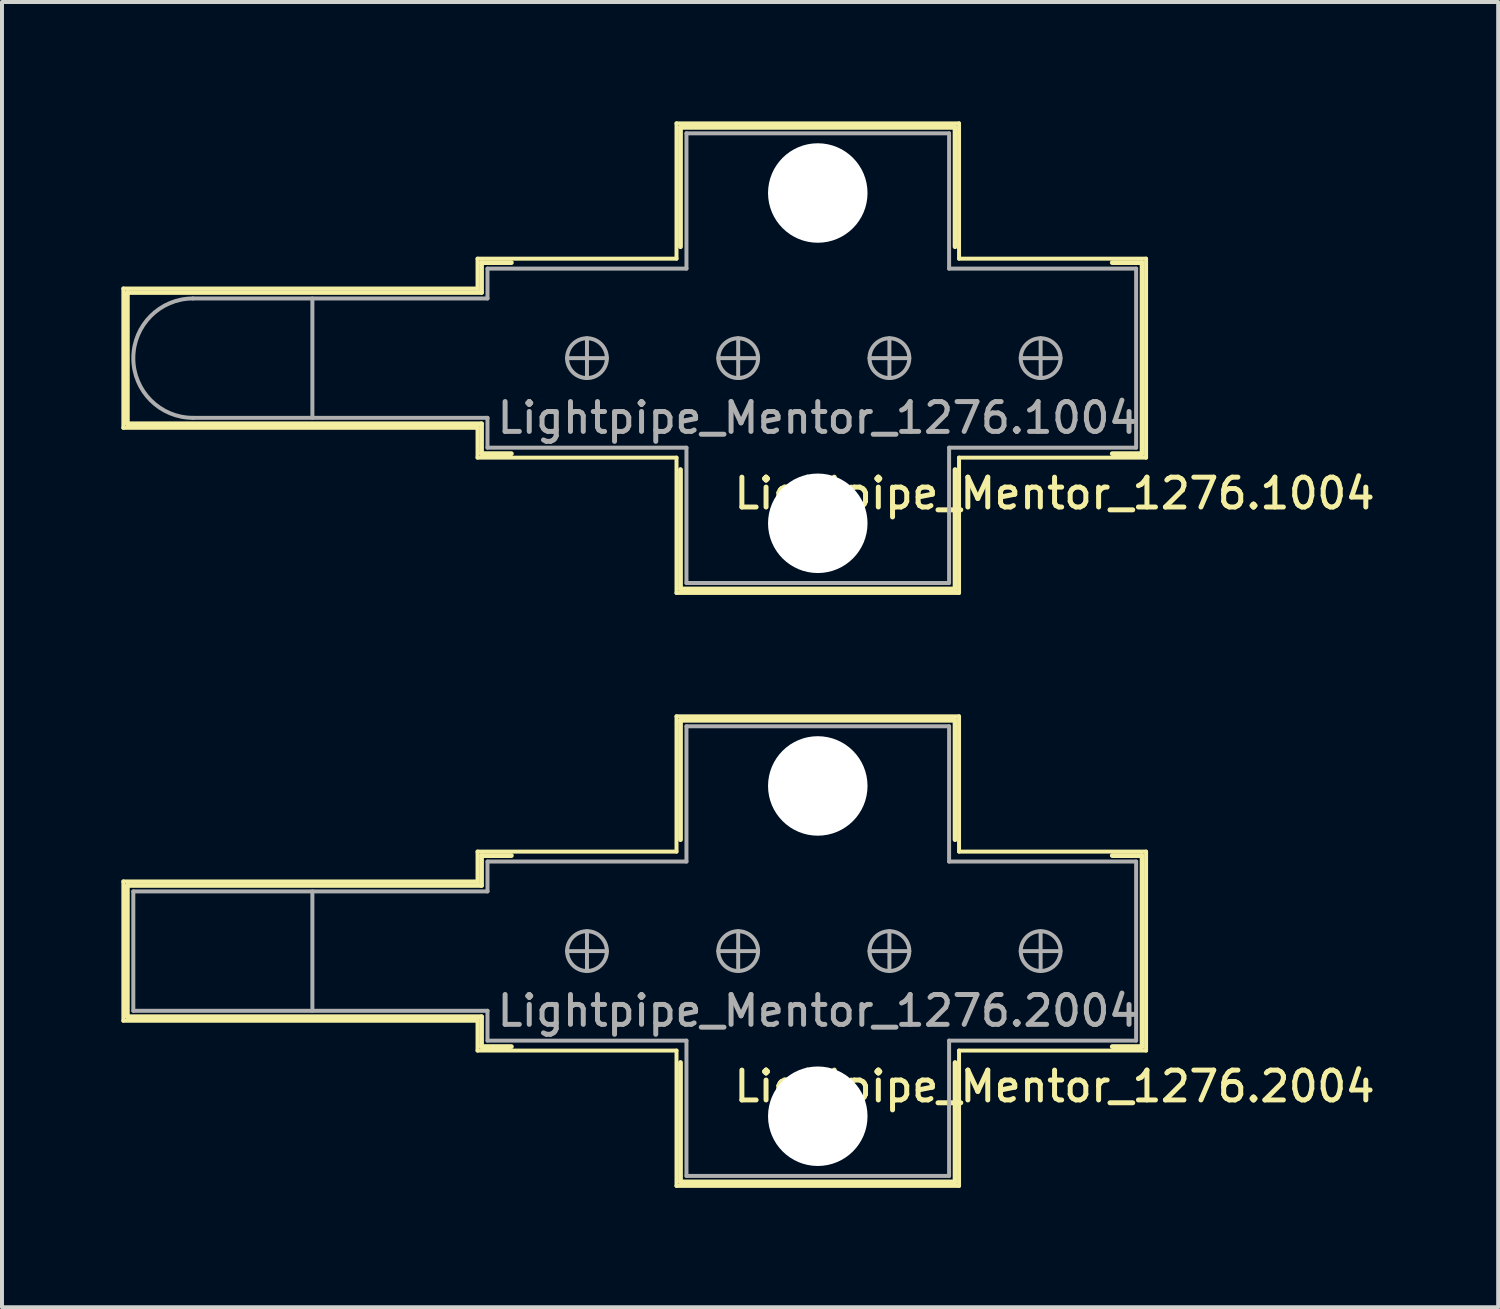
<source format=kicad_pcb>
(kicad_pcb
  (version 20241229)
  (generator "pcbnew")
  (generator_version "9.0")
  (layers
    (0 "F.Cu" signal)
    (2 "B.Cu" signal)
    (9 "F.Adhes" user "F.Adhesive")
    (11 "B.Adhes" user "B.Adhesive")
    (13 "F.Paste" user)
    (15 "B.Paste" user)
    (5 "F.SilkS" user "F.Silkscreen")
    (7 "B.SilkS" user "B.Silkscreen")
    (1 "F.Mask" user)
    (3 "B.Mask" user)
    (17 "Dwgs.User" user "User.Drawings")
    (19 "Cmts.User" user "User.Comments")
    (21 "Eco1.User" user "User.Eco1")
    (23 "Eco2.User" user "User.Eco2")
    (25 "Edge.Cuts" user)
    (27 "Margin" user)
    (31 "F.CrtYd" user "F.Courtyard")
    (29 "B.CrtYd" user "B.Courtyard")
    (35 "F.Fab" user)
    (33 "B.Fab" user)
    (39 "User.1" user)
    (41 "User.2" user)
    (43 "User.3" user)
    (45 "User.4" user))
  (footprint "Lightpipe_Mentor_1276.1004"
    (layer "F.Cu")
    (at 17.5 5.95)
    (property "Reference" "Lightpipe_Mentor_1276.1004" (at 5.95 3.4 0) (layer "F.SilkS") (effects (font (size 0.75 0.75) (thickness 0.125))))
    (attr through_hole)
    (fp_line (start -17.45 -1.75) (end -8.55 -1.75) (stroke (width 0.1) (type solid)) (layer "F.SilkS"))
    (fp_line (start -17.45 1.75) (end -17.45 -1.75) (stroke (width 0.1) (type solid)) (layer "F.SilkS"))
    (fp_line (start -17.35 -1.65) (end -17.35 1.65) (stroke (width 0.12) (type solid)) (layer "F.SilkS"))
    (fp_line (start -17.35 1.65) (end -8.45 1.65) (stroke (width 0.12) (type solid)) (layer "F.SilkS"))
    (fp_line (start -8.55 -1.75) (end -8.55 -2.5) (stroke (width 0.1) (type solid)) (layer "F.SilkS"))
    (fp_line (start -8.55 1.75) (end -17.45 1.75) (stroke (width 0.1) (type solid)) (layer "F.SilkS"))
    (fp_line (start -8.55 2.5) (end -8.55 1.75) (stroke (width 0.1) (type solid)) (layer "F.SilkS"))
    (fp_line (start -8.55 2.5) (end -3.55 2.5) (stroke (width 0.1) (type solid)) (layer "F.SilkS"))
    (fp_line (start -8.45 -2.4) (end -8.45 -1.65) (stroke (width 0.12) (type solid)) (layer "F.SilkS"))
    (fp_line (start -8.45 -2.4) (end -7.7 -2.4) (stroke (width 0.12) (type solid)) (layer "F.SilkS"))
    (fp_line (start -8.45 -1.65) (end -17.35 -1.65) (stroke (width 0.12) (type solid)) (layer "F.SilkS"))
    (fp_line (start -8.45 1.65) (end -8.45 2.4) (stroke (width 0.12) (type solid)) (layer "F.SilkS"))
    (fp_line (start -7.7 2.4) (end -8.45 2.4) (stroke (width 0.12) (type solid)) (layer "F.SilkS"))
    (fp_line (start -3.55 -5.9) (end -3.55 -2.5) (stroke (width 0.1) (type solid)) (layer "F.SilkS"))
    (fp_line (start -3.55 -2.5) (end -8.55 -2.5) (stroke (width 0.1) (type solid)) (layer "F.SilkS"))
    (fp_line (start -3.55 2.5) (end -3.55 5.9) (stroke (width 0.1) (type solid)) (layer "F.SilkS"))
    (fp_line (start -3.55 5.9) (end 3.55 5.9) (stroke (width 0.1) (type solid)) (layer "F.SilkS"))
    (fp_line (start -3.45 -5.8) (end 3.45 -5.8) (stroke (width 0.12) (type solid)) (layer "F.SilkS"))
    (fp_line (start -3.45 -2.8) (end -3.45 -5.8) (stroke (width 0.12) (type solid)) (layer "F.SilkS"))
    (fp_line (start -3.45 5.8) (end -3.45 2.8) (stroke (width 0.12) (type solid)) (layer "F.SilkS"))
    (fp_line (start 3.45 -5.8) (end 3.45 -2.8) (stroke (width 0.12) (type solid)) (layer "F.SilkS"))
    (fp_line (start 3.45 2.8) (end 3.45 5.8) (stroke (width 0.12) (type solid)) (layer "F.SilkS"))
    (fp_line (start 3.45 5.8) (end -3.45 5.8) (stroke (width 0.12) (type solid)) (layer "F.SilkS"))
    (fp_line (start 3.55 -5.9) (end -3.55 -5.9) (stroke (width 0.1) (type solid)) (layer "F.SilkS"))
    (fp_line (start 3.55 -2.5) (end 3.55 -5.9) (stroke (width 0.1) (type solid)) (layer "F.SilkS"))
    (fp_line (start 3.55 2.5) (end 8.25 2.5) (stroke (width 0.1) (type solid)) (layer "F.SilkS"))
    (fp_line (start 3.55 5.9) (end 3.55 2.5) (stroke (width 0.1) (type solid)) (layer "F.SilkS"))
    (fp_line (start 7.4 -2.4) (end 8.15 -2.4) (stroke (width 0.12) (type solid)) (layer "F.SilkS"))
    (fp_line (start 8.15 -2.4) (end 8.15 2.4) (stroke (width 0.12) (type solid)) (layer "F.SilkS"))
    (fp_line (start 8.15 2.4) (end 7.4 2.4) (stroke (width 0.12) (type solid)) (layer "F.SilkS"))
    (fp_line (start 8.25 -2.5) (end 3.55 -2.5) (stroke (width 0.1) (type solid)) (layer "F.SilkS"))
    (fp_line (start 8.25 2.5) (end 8.25 -2.5) (stroke (width 0.1) (type solid)) (layer "F.SilkS"))
    (fp_line (start -15.7 -1.5) (end -8.3 -1.5) (stroke (width 0.1) (type solid)) (layer "F.Fab"))
    (fp_line (start -15.7 1.5) (end -8.3 1.5) (stroke (width 0.1) (type solid)) (layer "F.Fab"))
    (fp_line (start -12.7 1.5) (end -12.7 -1.5) (stroke (width 0.1) (type solid)) (layer "F.Fab"))
    (fp_line (start -8.3 -2.25) (end -3.3 -2.25) (stroke (width 0.1) (type solid)) (layer "F.Fab"))
    (fp_line (start -8.3 -1.5) (end -8.3 -2.25) (stroke (width 0.1) (type solid)) (layer "F.Fab"))
    (fp_line (start -8.3 1.5) (end -8.3 2.25) (stroke (width 0.1) (type solid)) (layer "F.Fab"))
    (fp_line (start -8.3 2.25) (end -3.3 2.25) (stroke (width 0.1) (type solid)) (layer "F.Fab"))
    (fp_line (start -6.3 0) (end -5.3 0) (stroke (width 0.1) (type solid)) (layer "F.Fab"))
    (fp_line (start -5.8 -0.5) (end -5.8 0.5) (stroke (width 0.1) (type solid)) (layer "F.Fab"))
    (fp_line (start -3.3 -5.65) (end 3.3 -5.65) (stroke (width 0.1) (type solid)) (layer "F.Fab"))
    (fp_line (start -3.3 -2.25) (end -3.3 -5.65) (stroke (width 0.1) (type solid)) (layer "F.Fab"))
    (fp_line (start -3.3 5.65) (end -3.3 2.25) (stroke (width 0.1) (type solid)) (layer "F.Fab"))
    (fp_line (start -2.5 0) (end -1.5 0) (stroke (width 0.1) (type solid)) (layer "F.Fab"))
    (fp_line (start -2 -0.5) (end -2 0.5) (stroke (width 0.1) (type solid)) (layer "F.Fab"))
    (fp_line (start 1.3 0) (end 2.3 0) (stroke (width 0.1) (type solid)) (layer "F.Fab"))
    (fp_line (start 1.8 -0.5) (end 1.8 0.5) (stroke (width 0.1) (type solid)) (layer "F.Fab"))
    (fp_line (start 3.3 -5.65) (end 3.3 -2.25) (stroke (width 0.1) (type solid)) (layer "F.Fab"))
    (fp_line (start 3.3 -2.25) (end 8 -2.25) (stroke (width 0.1) (type solid)) (layer "F.Fab"))
    (fp_line (start 3.3 2.25) (end 3.3 5.65) (stroke (width 0.1) (type solid)) (layer "F.Fab"))
    (fp_line (start 3.3 5.65) (end -3.3 5.65) (stroke (width 0.1) (type solid)) (layer "F.Fab"))
    (fp_line (start 5.1 0) (end 6.1 0) (stroke (width 0.1) (type solid)) (layer "F.Fab"))
    (fp_line (start 5.6 -0.5) (end 5.6 0.5) (stroke (width 0.1) (type solid)) (layer "F.Fab"))
    (fp_line (start 8 -2.25) (end 8 2.25) (stroke (width 0.1) (type solid)) (layer "F.Fab"))
    (fp_line (start 8 2.25) (end 3.3 2.25) (stroke (width 0.1) (type solid)) (layer "F.Fab"))
    (fp_arc (start -15.7 1.5) (mid -17.2 0) (end -15.7 -1.5) (stroke (width 0.1) (type solid)) (layer "F.Fab"))
    (fp_circle (center -5.8 0) (end -5.8 0.5) (stroke (width 0.1) (type solid)) (fill no) (layer "F.Fab"))
    (fp_circle (center -2 0) (end -2 0.5) (stroke (width 0.1) (type solid)) (fill no) (layer "F.Fab"))
    (fp_circle (center 1.8 0) (end 1.8 0.5) (stroke (width 0.1) (type solid)) (fill no) (layer "F.Fab"))
    (fp_circle (center 5.6 0) (end 5.6 0.5) (stroke (width 0.1) (type solid)) (fill no) (layer "F.Fab"))
    (fp_text user "${REFERENCE}" (at 0 1.5 0) (layer "F.Fab") (effects (font (size 0.75 0.75) (thickness 0.125))))
    (pad "" np_thru_hole circle (at 0 -4.15) (size 2.5 2.5) (drill 2.5) (layers "*.Cu" "*.Mask"))
    (pad "" np_thru_hole circle (at 0 4.15) (size 2.5 2.5) (drill 2.5) (layers "*.Cu" "*.Mask")))
  (footprint "Lightpipe_Mentor_1276.2004"
    (layer "F.Cu")
    (at 17.5 20.85)
    (property "Reference" "Lightpipe_Mentor_1276.2004" (at 5.95 3.4 0) (layer "F.SilkS") (effects (font (size 0.75 0.75) (thickness 0.125))))
    (attr through_hole)
    (fp_line (start -17.45 -1.75) (end -8.55 -1.75) (stroke (width 0.1) (type solid)) (layer "F.SilkS"))
    (fp_line (start -17.45 1.75) (end -17.45 -1.75) (stroke (width 0.1) (type solid)) (layer "F.SilkS"))
    (fp_line (start -17.35 -1.65) (end -17.35 1.65) (stroke (width 0.12) (type solid)) (layer "F.SilkS"))
    (fp_line (start -17.35 1.65) (end -8.45 1.65) (stroke (width 0.12) (type solid)) (layer "F.SilkS"))
    (fp_line (start -8.55 -1.75) (end -8.55 -2.5) (stroke (width 0.1) (type solid)) (layer "F.SilkS"))
    (fp_line (start -8.55 1.75) (end -17.45 1.75) (stroke (width 0.1) (type solid)) (layer "F.SilkS"))
    (fp_line (start -8.55 2.5) (end -8.55 1.75) (stroke (width 0.1) (type solid)) (layer "F.SilkS"))
    (fp_line (start -8.55 2.5) (end -3.55 2.5) (stroke (width 0.1) (type solid)) (layer "F.SilkS"))
    (fp_line (start -8.45 -2.4) (end -8.45 -1.65) (stroke (width 0.12) (type solid)) (layer "F.SilkS"))
    (fp_line (start -8.45 -2.4) (end -7.7 -2.4) (stroke (width 0.12) (type solid)) (layer "F.SilkS"))
    (fp_line (start -8.45 -1.65) (end -17.35 -1.65) (stroke (width 0.12) (type solid)) (layer "F.SilkS"))
    (fp_line (start -8.45 1.65) (end -8.45 2.4) (stroke (width 0.12) (type solid)) (layer "F.SilkS"))
    (fp_line (start -8.45 2.4) (end -7.7 2.4) (stroke (width 0.12) (type solid)) (layer "F.SilkS"))
    (fp_line (start -3.55 -5.9) (end -3.55 -2.5) (stroke (width 0.1) (type solid)) (layer "F.SilkS"))
    (fp_line (start -3.55 -2.5) (end -8.55 -2.5) (stroke (width 0.1) (type solid)) (layer "F.SilkS"))
    (fp_line (start -3.55 2.5) (end -3.55 5.9) (stroke (width 0.1) (type solid)) (layer "F.SilkS"))
    (fp_line (start -3.55 5.9) (end 3.55 5.9) (stroke (width 0.1) (type solid)) (layer "F.SilkS"))
    (fp_line (start -3.45 -5.8) (end 3.45 -5.8) (stroke (width 0.12) (type solid)) (layer "F.SilkS"))
    (fp_line (start -3.45 -2.8) (end -3.45 -5.8) (stroke (width 0.12) (type solid)) (layer "F.SilkS"))
    (fp_line (start -3.45 5.8) (end -3.45 2.8) (stroke (width 0.12) (type solid)) (layer "F.SilkS"))
    (fp_line (start 3.45 -5.8) (end 3.45 -2.8) (stroke (width 0.12) (type solid)) (layer "F.SilkS"))
    (fp_line (start 3.45 2.8) (end 3.45 5.8) (stroke (width 0.12) (type solid)) (layer "F.SilkS"))
    (fp_line (start 3.45 5.8) (end -3.45 5.8) (stroke (width 0.12) (type solid)) (layer "F.SilkS"))
    (fp_line (start 3.55 -5.9) (end -3.55 -5.9) (stroke (width 0.1) (type solid)) (layer "F.SilkS"))
    (fp_line (start 3.55 -2.5) (end 3.55 -5.9) (stroke (width 0.1) (type solid)) (layer "F.SilkS"))
    (fp_line (start 3.55 2.5) (end 8.25 2.5) (stroke (width 0.1) (type solid)) (layer "F.SilkS"))
    (fp_line (start 3.55 5.9) (end 3.55 2.5) (stroke (width 0.1) (type solid)) (layer "F.SilkS"))
    (fp_line (start 8.15 -2.4) (end 7.4 -2.4) (stroke (width 0.12) (type solid)) (layer "F.SilkS"))
    (fp_line (start 8.15 -2.4) (end 8.15 2.4) (stroke (width 0.12) (type solid)) (layer "F.SilkS"))
    (fp_line (start 8.15 2.4) (end 7.4 2.4) (stroke (width 0.12) (type solid)) (layer "F.SilkS"))
    (fp_line (start 8.25 -2.5) (end 3.55 -2.5) (stroke (width 0.1) (type solid)) (layer "F.SilkS"))
    (fp_line (start 8.25 2.5) (end 8.25 -2.5) (stroke (width 0.1) (type solid)) (layer "F.SilkS"))
    (fp_line (start -17.2 -1.5) (end -17.2 1.5) (stroke (width 0.1) (type solid)) (layer "F.Fab"))
    (fp_line (start -17.2 -1.5) (end -8.3 -1.5) (stroke (width 0.1) (type solid)) (layer "F.Fab"))
    (fp_line (start -17.2 1.5) (end -8.3 1.5) (stroke (width 0.1) (type solid)) (layer "F.Fab"))
    (fp_line (start -12.7 1.5) (end -12.7 -1.5) (stroke (width 0.1) (type solid)) (layer "F.Fab"))
    (fp_line (start -8.3 -2.25) (end -3.3 -2.25) (stroke (width 0.1) (type solid)) (layer "F.Fab"))
    (fp_line (start -8.3 -1.5) (end -8.3 -2.25) (stroke (width 0.1) (type solid)) (layer "F.Fab"))
    (fp_line (start -8.3 1.5) (end -8.3 2.25) (stroke (width 0.1) (type solid)) (layer "F.Fab"))
    (fp_line (start -8.3 2.25) (end -3.3 2.25) (stroke (width 0.1) (type solid)) (layer "F.Fab"))
    (fp_line (start -6.3 0) (end -5.3 0) (stroke (width 0.1) (type solid)) (layer "F.Fab"))
    (fp_line (start -5.8 -0.5) (end -5.8 0.5) (stroke (width 0.1) (type solid)) (layer "F.Fab"))
    (fp_line (start -3.3 -5.65) (end 3.3 -5.65) (stroke (width 0.1) (type solid)) (layer "F.Fab"))
    (fp_line (start -3.3 -2.25) (end -3.3 -5.65) (stroke (width 0.1) (type solid)) (layer "F.Fab"))
    (fp_line (start -3.3 5.65) (end -3.3 2.25) (stroke (width 0.1) (type solid)) (layer "F.Fab"))
    (fp_line (start -2.5 0) (end -1.5 0) (stroke (width 0.1) (type solid)) (layer "F.Fab"))
    (fp_line (start -2 -0.5) (end -2 0.5) (stroke (width 0.1) (type solid)) (layer "F.Fab"))
    (fp_line (start 1.3 0) (end 2.3 0) (stroke (width 0.1) (type solid)) (layer "F.Fab"))
    (fp_line (start 1.8 -0.5) (end 1.8 0.5) (stroke (width 0.1) (type solid)) (layer "F.Fab"))
    (fp_line (start 3.3 -5.65) (end 3.3 -2.25) (stroke (width 0.1) (type solid)) (layer "F.Fab"))
    (fp_line (start 3.3 -2.25) (end 8 -2.25) (stroke (width 0.1) (type solid)) (layer "F.Fab"))
    (fp_line (start 3.3 2.25) (end 3.3 5.65) (stroke (width 0.1) (type solid)) (layer "F.Fab"))
    (fp_line (start 3.3 5.65) (end -3.3 5.65) (stroke (width 0.1) (type solid)) (layer "F.Fab"))
    (fp_line (start 5.1 0) (end 6.1 0) (stroke (width 0.1) (type solid)) (layer "F.Fab"))
    (fp_line (start 5.6 -0.5) (end 5.6 0.5) (stroke (width 0.1) (type solid)) (layer "F.Fab"))
    (fp_line (start 8 -2.25) (end 8 2.25) (stroke (width 0.1) (type solid)) (layer "F.Fab"))
    (fp_line (start 8 2.25) (end 3.3 2.25) (stroke (width 0.1) (type solid)) (layer "F.Fab"))
    (fp_circle (center -5.8 0) (end -5.8 0.5) (stroke (width 0.1) (type solid)) (fill no) (layer "F.Fab"))
    (fp_circle (center -2 0) (end -2 0.5) (stroke (width 0.1) (type solid)) (fill no) (layer "F.Fab"))
    (fp_circle (center 1.8 0) (end 1.8 0.5) (stroke (width 0.1) (type solid)) (fill no) (layer "F.Fab"))
    (fp_circle (center 5.6 0) (end 5.6 0.5) (stroke (width 0.1) (type solid)) (fill no) (layer "F.Fab"))
    (fp_text user "${REFERENCE}" (at 0 1.5 0) (layer "F.Fab") (effects (font (size 0.75 0.75) (thickness 0.125))))
    (pad "" np_thru_hole circle (at 0 -4.15) (size 2.5 2.5) (drill 2.5) (layers "*.Cu" "*.Mask"))
    (pad "" np_thru_hole circle (at 0 4.15) (size 2.5 2.5) (drill 2.5) (layers "*.Cu" "*.Mask")))
  (gr_rect
    (start -3 -3)
    (end 34.598 29.8)
    (stroke (width 0.1) (type default))
    (fill no)
    (layer "Edge.Cuts")))
</source>
